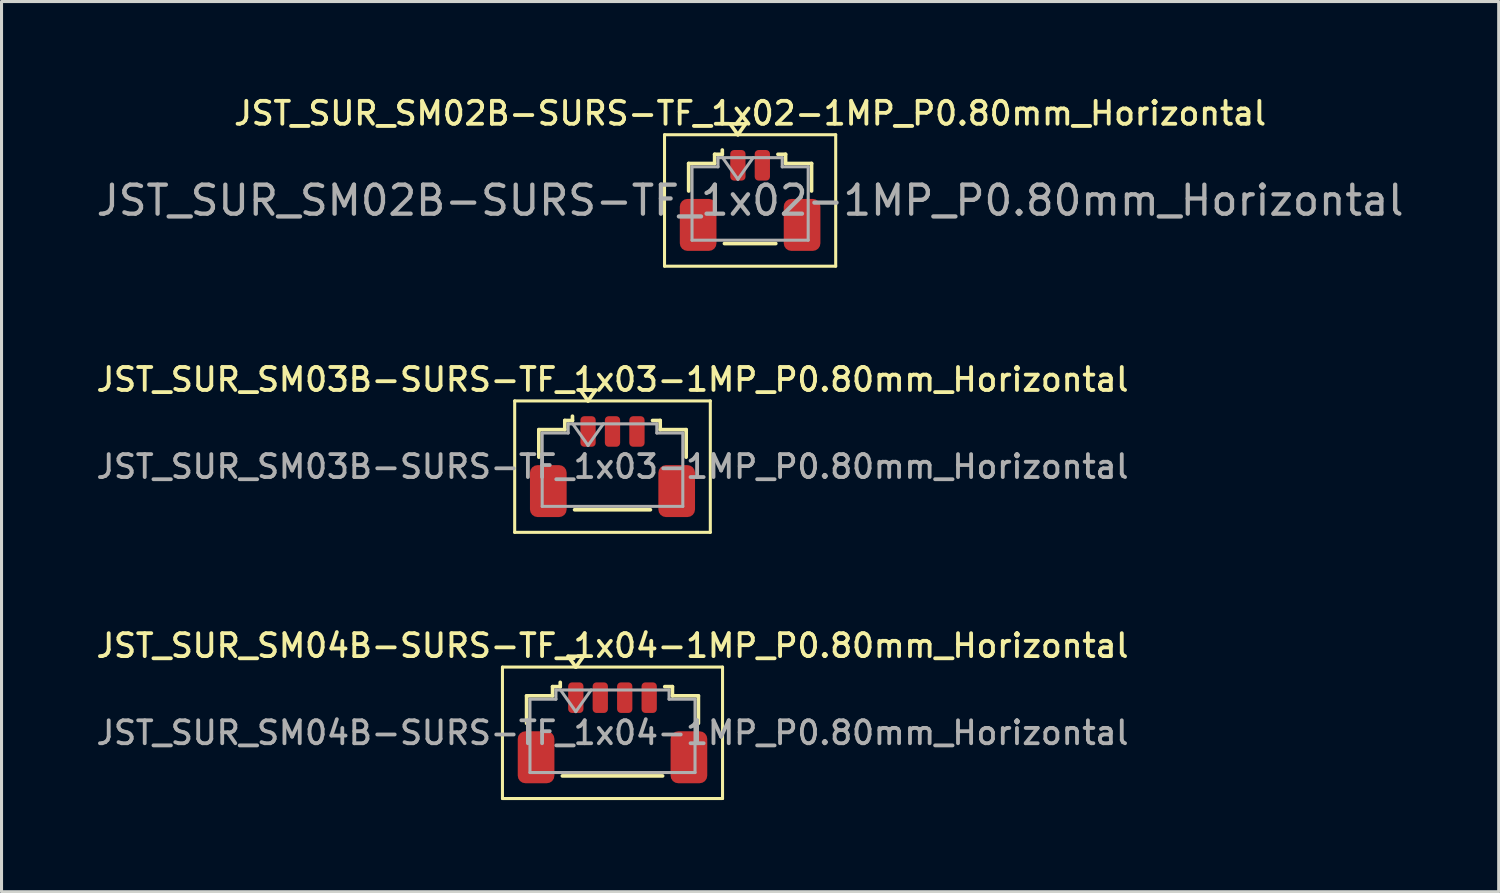
<source format=kicad_pcb>
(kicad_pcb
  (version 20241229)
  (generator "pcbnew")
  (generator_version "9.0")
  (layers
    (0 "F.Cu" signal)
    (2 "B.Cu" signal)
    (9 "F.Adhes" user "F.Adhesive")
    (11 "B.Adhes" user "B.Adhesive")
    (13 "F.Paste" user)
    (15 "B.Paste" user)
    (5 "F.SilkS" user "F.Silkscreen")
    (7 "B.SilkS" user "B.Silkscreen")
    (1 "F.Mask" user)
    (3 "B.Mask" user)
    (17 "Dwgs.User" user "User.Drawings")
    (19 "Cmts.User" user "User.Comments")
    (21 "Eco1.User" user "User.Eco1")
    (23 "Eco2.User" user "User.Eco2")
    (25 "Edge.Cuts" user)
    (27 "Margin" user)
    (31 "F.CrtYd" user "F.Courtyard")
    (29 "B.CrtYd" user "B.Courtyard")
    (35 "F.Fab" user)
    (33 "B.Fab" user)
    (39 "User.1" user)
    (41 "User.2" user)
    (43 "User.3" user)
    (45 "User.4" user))
  (footprint "JST_SUR_SM03B-SURS-TF_1x03-1MP_P0.80mm_Horizontal"
    (layer "F.Cu")
    (at 16.988 12.216)
    (property "Reference" "JST_SUR_SM03B-SURS-TF_1x03-1MP_P0.80mm_Horizontal" (at 0 -2.85 0) (layer "F.SilkS") (effects (font (size 0.75 0.75) (thickness 0.125))))
    (attr smd)
    (fp_line (start -3.2 -2.15) (end -3.2 2.15) (stroke (width 0.1) (type solid)) (layer "F.SilkS"))
    (fp_line (start -3.2 2.15) (end 3.2 2.15) (stroke (width 0.1) (type solid)) (layer "F.SilkS"))
    (fp_line (start -2.41 -1.21) (end -1.56 -1.21) (stroke (width 0.12) (type solid)) (layer "F.SilkS"))
    (fp_line (start -2.41 -0.31) (end -2.41 -1.21) (stroke (width 0.12) (type solid)) (layer "F.SilkS"))
    (fp_line (start -1.56 -1.51) (end -1.31 -1.51) (stroke (width 0.12) (type solid)) (layer "F.SilkS"))
    (fp_line (start -1.56 -1.21) (end -1.56 -1.51) (stroke (width 0.12) (type solid)) (layer "F.SilkS"))
    (fp_line (start -1.31 -1.51) (end -1.31 -1.65) (stroke (width 0.12) (type solid)) (layer "F.SilkS"))
    (fp_line (start -1.24 1.41) (end 1.24 1.41) (stroke (width 0.12) (type solid)) (layer "F.SilkS"))
    (fp_line (start -1.05 -2.504) (end -0.8 -2.15) (stroke (width 0.12) (type solid)) (layer "F.SilkS"))
    (fp_line (start -0.8 -2.15) (end -0.55 -2.504) (stroke (width 0.12) (type solid)) (layer "F.SilkS"))
    (fp_line (start -0.55 -2.504) (end -1.05 -2.504) (stroke (width 0.12) (type solid)) (layer "F.SilkS"))
    (fp_line (start 1.56 -1.51) (end 1.31 -1.51) (stroke (width 0.12) (type solid)) (layer "F.SilkS"))
    (fp_line (start 1.56 -1.21) (end 1.56 -1.51) (stroke (width 0.12) (type solid)) (layer "F.SilkS"))
    (fp_line (start 2.41 -1.21) (end 1.56 -1.21) (stroke (width 0.12) (type solid)) (layer "F.SilkS"))
    (fp_line (start 2.41 -0.31) (end 2.41 -1.21) (stroke (width 0.12) (type solid)) (layer "F.SilkS"))
    (fp_line (start 3.2 -2.15) (end -3.2 -2.15) (stroke (width 0.1) (type solid)) (layer "F.SilkS"))
    (fp_line (start 3.2 2.15) (end 3.2 -2.15) (stroke (width 0.1) (type solid)) (layer "F.SilkS"))
    (fp_line (start -2.3 -1.1) (end -2.3 1.3) (stroke (width 0.1) (type solid)) (layer "F.Fab"))
    (fp_line (start -2.3 -1.1) (end -1.45 -1.1) (stroke (width 0.1) (type solid)) (layer "F.Fab"))
    (fp_line (start -2.3 1.3) (end 2.3 1.3) (stroke (width 0.1) (type solid)) (layer "F.Fab"))
    (fp_line (start -1.45 -1.4) (end 1.45 -1.4) (stroke (width 0.1) (type solid)) (layer "F.Fab"))
    (fp_line (start -1.45 -1.1) (end -1.45 -1.4) (stroke (width 0.1) (type solid)) (layer "F.Fab"))
    (fp_line (start -1.3 -1.4) (end -0.8 -0.693) (stroke (width 0.1) (type solid)) (layer "F.Fab"))
    (fp_line (start -0.8 -0.693) (end -0.3 -1.4) (stroke (width 0.1) (type solid)) (layer "F.Fab"))
    (fp_line (start 1.45 -1.4) (end 1.45 -1.1) (stroke (width 0.1) (type solid)) (layer "F.Fab"))
    (fp_line (start 1.45 -1.1) (end 2.3 -1.1) (stroke (width 0.1) (type solid)) (layer "F.Fab"))
    (fp_line (start 2.3 -1.1) (end 2.3 1.3) (stroke (width 0.1) (type solid)) (layer "F.Fab"))
    (fp_text user "${REFERENCE}" (at 0 0 0) (layer "F.Fab") (effects (font (size 0.75 0.75) (thickness 0.125))))
    (pad "1" smd roundrect (at -0.8 -1.15) (size 0.5 1) (layers "F.Cu" "F.Mask" "F.Paste") (roundrect_rratio 0.25))
    (pad "2" smd roundrect (at 0 -1.15) (size 0.5 1) (layers "F.Cu" "F.Mask" "F.Paste") (roundrect_rratio 0.25))
    (pad "3" smd roundrect (at 0.8 -1.15) (size 0.5 1) (layers "F.Cu" "F.Mask" "F.Paste") (roundrect_rratio 0.25))
    (pad "MP" smd roundrect (at -2.1 0.8) (size 1.2 1.7) (layers "F.Cu" "F.Mask" "F.Paste") (roundrect_rratio 0.208))
    (pad "MP" smd roundrect (at 2.1 0.8) (size 1.2 1.7) (layers "F.Cu" "F.Mask" "F.Paste") (roundrect_rratio 0.208)))
  (footprint "JST_SUR_SM02B-SURS-TF_1x02-1MP_P0.80mm_Horizontal"
    (layer "F.Cu")
    (at 21.49 3.508)
    (property "Reference" "JST_SUR_SM02B-SURS-TF_1x02-1MP_P0.80mm_Horizontal" (at 0 -2.85 0) (layer "F.SilkS") (effects (font (size 0.75 0.75) (thickness 0.125))))
    (attr smd)
    (fp_line (start -2.8 -2.15) (end -2.8 2.15) (stroke (width 0.1) (type solid)) (layer "F.SilkS"))
    (fp_line (start -2.8 2.15) (end 2.8 2.15) (stroke (width 0.1) (type solid)) (layer "F.SilkS"))
    (fp_line (start -2.01 -1.21) (end -1.16 -1.21) (stroke (width 0.12) (type solid)) (layer "F.SilkS"))
    (fp_line (start -2.01 -0.31) (end -2.01 -1.21) (stroke (width 0.12) (type solid)) (layer "F.SilkS"))
    (fp_line (start -1.16 -1.51) (end -0.91 -1.51) (stroke (width 0.12) (type solid)) (layer "F.SilkS"))
    (fp_line (start -1.16 -1.21) (end -1.16 -1.51) (stroke (width 0.12) (type solid)) (layer "F.SilkS"))
    (fp_line (start -0.91 -1.51) (end -0.91 -1.65) (stroke (width 0.12) (type solid)) (layer "F.SilkS"))
    (fp_line (start -0.84 1.41) (end 0.84 1.41) (stroke (width 0.12) (type solid)) (layer "F.SilkS"))
    (fp_line (start -0.65 -2.504) (end -0.4 -2.15) (stroke (width 0.12) (type solid)) (layer "F.SilkS"))
    (fp_line (start -0.4 -2.15) (end -0.15 -2.504) (stroke (width 0.12) (type solid)) (layer "F.SilkS"))
    (fp_line (start -0.15 -2.504) (end -0.65 -2.504) (stroke (width 0.12) (type solid)) (layer "F.SilkS"))
    (fp_line (start 1.16 -1.51) (end 0.91 -1.51) (stroke (width 0.12) (type solid)) (layer "F.SilkS"))
    (fp_line (start 1.16 -1.21) (end 1.16 -1.51) (stroke (width 0.12) (type solid)) (layer "F.SilkS"))
    (fp_line (start 2.01 -1.21) (end 1.16 -1.21) (stroke (width 0.12) (type solid)) (layer "F.SilkS"))
    (fp_line (start 2.01 -0.31) (end 2.01 -1.21) (stroke (width 0.12) (type solid)) (layer "F.SilkS"))
    (fp_line (start 2.8 -2.15) (end -2.8 -2.15) (stroke (width 0.1) (type solid)) (layer "F.SilkS"))
    (fp_line (start 2.8 2.15) (end 2.8 -2.15) (stroke (width 0.1) (type solid)) (layer "F.SilkS"))
    (fp_line (start -1.9 -1.1) (end -1.9 1.3) (stroke (width 0.1) (type solid)) (layer "F.Fab"))
    (fp_line (start -1.9 -1.1) (end -1.05 -1.1) (stroke (width 0.1) (type solid)) (layer "F.Fab"))
    (fp_line (start -1.9 1.3) (end 1.9 1.3) (stroke (width 0.1) (type solid)) (layer "F.Fab"))
    (fp_line (start -1.05 -1.4) (end 1.05 -1.4) (stroke (width 0.1) (type solid)) (layer "F.Fab"))
    (fp_line (start -1.05 -1.1) (end -1.05 -1.4) (stroke (width 0.1) (type solid)) (layer "F.Fab"))
    (fp_line (start -0.9 -1.4) (end -0.4 -0.693) (stroke (width 0.1) (type solid)) (layer "F.Fab"))
    (fp_line (start -0.4 -0.693) (end 0.1 -1.4) (stroke (width 0.1) (type solid)) (layer "F.Fab"))
    (fp_line (start 1.05 -1.4) (end 1.05 -1.1) (stroke (width 0.1) (type solid)) (layer "F.Fab"))
    (fp_line (start 1.05 -1.1) (end 1.9 -1.1) (stroke (width 0.1) (type solid)) (layer "F.Fab"))
    (fp_line (start 1.9 -1.1) (end 1.9 1.3) (stroke (width 0.1) (type solid)) (layer "F.Fab"))
    (fp_text user "${REFERENCE}" (at 0 0 0) (layer "F.Fab") (effects (font (size 0.95 0.95) (thickness 0.14))))
    (pad "1" smd roundrect (at -0.4 -1.15) (size 0.5 1) (layers "F.Cu" "F.Mask" "F.Paste") (roundrect_rratio 0.25))
    (pad "2" smd roundrect (at 0.4 -1.15) (size 0.5 1) (layers "F.Cu" "F.Mask" "F.Paste") (roundrect_rratio 0.25))
    (pad "MP" smd roundrect (at -1.7 0.8) (size 1.2 1.7) (layers "F.Cu" "F.Mask" "F.Paste") (roundrect_rratio 0.208))
    (pad "MP" smd roundrect (at 1.7 0.8) (size 1.2 1.7) (layers "F.Cu" "F.Mask" "F.Paste") (roundrect_rratio 0.208)))
  (footprint "JST_SUR_SM04B-SURS-TF_1x04-1MP_P0.80mm_Horizontal"
    (layer "F.Cu")
    (at 16.988 20.924)
    (property "Reference" "JST_SUR_SM04B-SURS-TF_1x04-1MP_P0.80mm_Horizontal" (at 0 -2.85 0) (layer "F.SilkS") (effects (font (size 0.75 0.75) (thickness 0.125))))
    (attr smd)
    (fp_line (start -3.6 -2.15) (end -3.6 2.15) (stroke (width 0.1) (type solid)) (layer "F.SilkS"))
    (fp_line (start -3.6 2.15) (end 3.6 2.15) (stroke (width 0.1) (type solid)) (layer "F.SilkS"))
    (fp_line (start -2.81 -1.21) (end -1.96 -1.21) (stroke (width 0.12) (type solid)) (layer "F.SilkS"))
    (fp_line (start -2.81 -0.31) (end -2.81 -1.21) (stroke (width 0.12) (type solid)) (layer "F.SilkS"))
    (fp_line (start -1.96 -1.51) (end -1.71 -1.51) (stroke (width 0.12) (type solid)) (layer "F.SilkS"))
    (fp_line (start -1.96 -1.21) (end -1.96 -1.51) (stroke (width 0.12) (type solid)) (layer "F.SilkS"))
    (fp_line (start -1.71 -1.51) (end -1.71 -1.65) (stroke (width 0.12) (type solid)) (layer "F.SilkS"))
    (fp_line (start -1.64 1.41) (end 1.64 1.41) (stroke (width 0.12) (type solid)) (layer "F.SilkS"))
    (fp_line (start -1.45 -2.504) (end -1.2 -2.15) (stroke (width 0.12) (type solid)) (layer "F.SilkS"))
    (fp_line (start -1.2 -2.15) (end -0.95 -2.504) (stroke (width 0.12) (type solid)) (layer "F.SilkS"))
    (fp_line (start -0.95 -2.504) (end -1.45 -2.504) (stroke (width 0.12) (type solid)) (layer "F.SilkS"))
    (fp_line (start 1.96 -1.51) (end 1.71 -1.51) (stroke (width 0.12) (type solid)) (layer "F.SilkS"))
    (fp_line (start 1.96 -1.21) (end 1.96 -1.51) (stroke (width 0.12) (type solid)) (layer "F.SilkS"))
    (fp_line (start 2.81 -1.21) (end 1.96 -1.21) (stroke (width 0.12) (type solid)) (layer "F.SilkS"))
    (fp_line (start 2.81 -0.31) (end 2.81 -1.21) (stroke (width 0.12) (type solid)) (layer "F.SilkS"))
    (fp_line (start 3.6 -2.15) (end -3.6 -2.15) (stroke (width 0.1) (type solid)) (layer "F.SilkS"))
    (fp_line (start 3.6 2.15) (end 3.6 -2.15) (stroke (width 0.1) (type solid)) (layer "F.SilkS"))
    (fp_line (start -2.7 -1.1) (end -2.7 1.3) (stroke (width 0.1) (type solid)) (layer "F.Fab"))
    (fp_line (start -2.7 -1.1) (end -1.85 -1.1) (stroke (width 0.1) (type solid)) (layer "F.Fab"))
    (fp_line (start -2.7 1.3) (end 2.7 1.3) (stroke (width 0.1) (type solid)) (layer "F.Fab"))
    (fp_line (start -1.85 -1.4) (end 1.85 -1.4) (stroke (width 0.1) (type solid)) (layer "F.Fab"))
    (fp_line (start -1.85 -1.1) (end -1.85 -1.4) (stroke (width 0.1) (type solid)) (layer "F.Fab"))
    (fp_line (start -1.7 -1.4) (end -1.2 -0.693) (stroke (width 0.1) (type solid)) (layer "F.Fab"))
    (fp_line (start -1.2 -0.693) (end -0.7 -1.4) (stroke (width 0.1) (type solid)) (layer "F.Fab"))
    (fp_line (start 1.85 -1.4) (end 1.85 -1.1) (stroke (width 0.1) (type solid)) (layer "F.Fab"))
    (fp_line (start 1.85 -1.1) (end 2.7 -1.1) (stroke (width 0.1) (type solid)) (layer "F.Fab"))
    (fp_line (start 2.7 -1.1) (end 2.7 1.3) (stroke (width 0.1) (type solid)) (layer "F.Fab"))
    (fp_text user "${REFERENCE}" (at 0 0 0) (layer "F.Fab") (effects (font (size 0.75 0.75) (thickness 0.125))))
    (pad "1" smd roundrect (at -1.2 -1.15) (size 0.5 1) (layers "F.Cu" "F.Mask" "F.Paste") (roundrect_rratio 0.25))
    (pad "2" smd roundrect (at -0.4 -1.15) (size 0.5 1) (layers "F.Cu" "F.Mask" "F.Paste") (roundrect_rratio 0.25))
    (pad "3" smd roundrect (at 0.4 -1.15) (size 0.5 1) (layers "F.Cu" "F.Mask" "F.Paste") (roundrect_rratio 0.25))
    (pad "4" smd roundrect (at 1.2 -1.15) (size 0.5 1) (layers "F.Cu" "F.Mask" "F.Paste") (roundrect_rratio 0.25))
    (pad "MP" smd roundrect (at -2.5 0.8) (size 1.2 1.7) (layers "F.Cu" "F.Mask" "F.Paste") (roundrect_rratio 0.208))
    (pad "MP" smd roundrect (at 2.5 0.8) (size 1.2 1.7) (layers "F.Cu" "F.Mask" "F.Paste") (roundrect_rratio 0.208)))
  (gr_rect
    (start -3 -3)
    (end 45.98 26.124)
    (stroke (width 0.1) (type default))
    (fill no)
    (layer "Edge.Cuts")))
</source>
